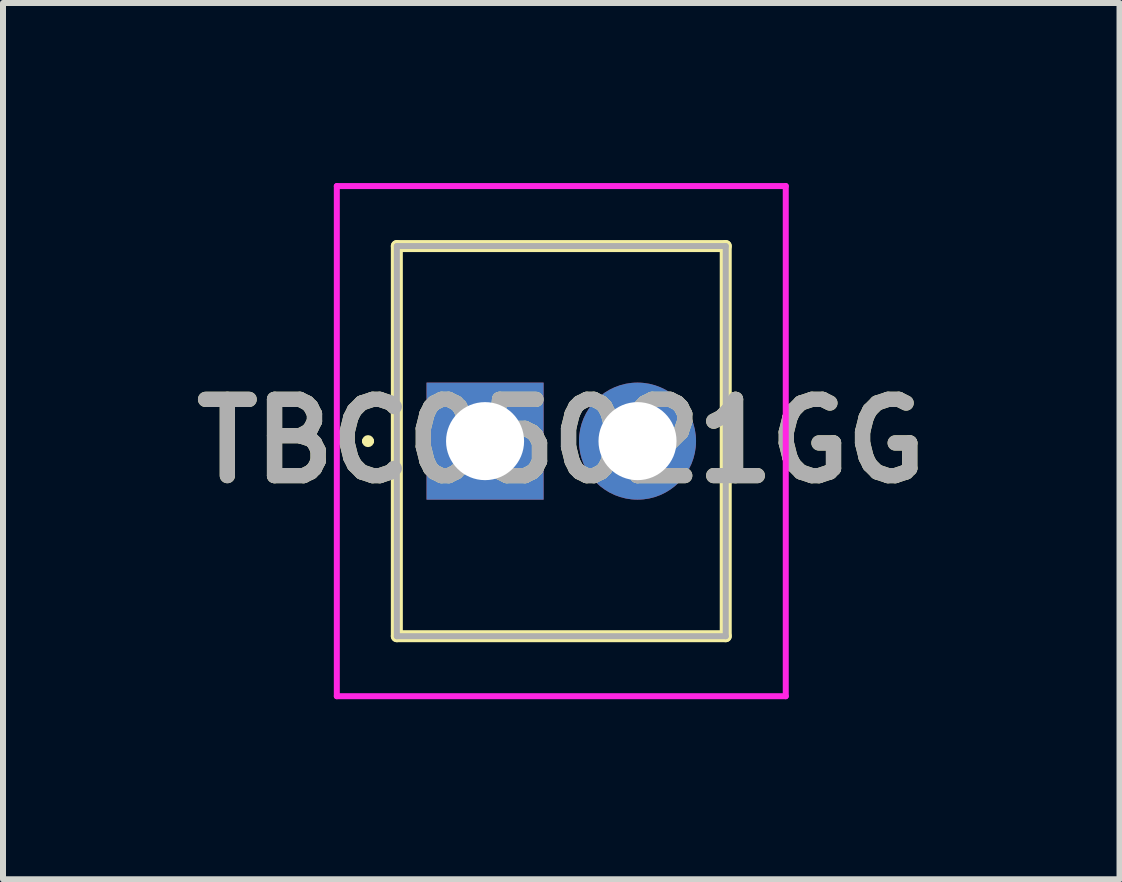
<source format=kicad_pcb>
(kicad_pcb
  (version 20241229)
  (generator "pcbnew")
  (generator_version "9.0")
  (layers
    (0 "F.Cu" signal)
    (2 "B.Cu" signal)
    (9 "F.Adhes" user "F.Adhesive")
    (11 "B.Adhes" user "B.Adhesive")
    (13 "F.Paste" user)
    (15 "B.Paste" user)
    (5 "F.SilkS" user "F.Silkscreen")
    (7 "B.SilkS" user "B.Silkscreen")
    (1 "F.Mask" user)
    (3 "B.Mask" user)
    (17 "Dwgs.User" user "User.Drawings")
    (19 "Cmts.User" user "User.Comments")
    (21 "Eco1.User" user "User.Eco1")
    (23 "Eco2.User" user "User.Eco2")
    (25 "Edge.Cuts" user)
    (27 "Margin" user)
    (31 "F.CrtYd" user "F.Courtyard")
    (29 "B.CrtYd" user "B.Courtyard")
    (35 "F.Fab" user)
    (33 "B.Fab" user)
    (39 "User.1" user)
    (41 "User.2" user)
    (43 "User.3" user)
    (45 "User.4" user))
  (footprint "TBC05021GG"
    (layer "F.Cu")
    (at 5.032 4.3)
    (property "Reference" "TBC05021GG" (at 1.27 0 0) (layer "F.SilkS") (effects (font (size 1.27 1.27) (thickness 0.254))))
    (attr through_hole)
    (fp_line (start -2 0) (end -2 0) (stroke (width 0.1) (type solid)) (layer "F.SilkS"))
    (fp_line (start -1.9 0) (end -1.9 0) (stroke (width 0.1) (type solid)) (layer "F.SilkS"))
    (fp_line (start -1.47 -3.25) (end 4.01 -3.25) (stroke (width 0.2) (type solid)) (layer "F.SilkS"))
    (fp_line (start -1.47 3.25) (end -1.47 -3.25) (stroke (width 0.2) (type solid)) (layer "F.SilkS"))
    (fp_line (start 4.01 -3.25) (end 4.01 3.25) (stroke (width 0.2) (type solid)) (layer "F.SilkS"))
    (fp_line (start 4.01 3.25) (end -1.47 3.25) (stroke (width 0.2) (type solid)) (layer "F.SilkS"))
    (fp_arc (start -2 0) (mid -1.95 -0.05) (end -1.9 0) (stroke (width 0.1) (type solid)) (layer "F.SilkS"))
    (fp_arc (start -1.9 0) (mid -1.95 0.05) (end -2 0) (stroke (width 0.1) (type solid)) (layer "F.SilkS"))
    (fp_line (start -2.47 -4.25) (end 5.01 -4.25) (stroke (width 0.1) (type solid)) (layer "F.CrtYd"))
    (fp_line (start -2.47 4.25) (end -2.47 -4.25) (stroke (width 0.1) (type solid)) (layer "F.CrtYd"))
    (fp_line (start 5.01 -4.25) (end 5.01 4.25) (stroke (width 0.1) (type solid)) (layer "F.CrtYd"))
    (fp_line (start 5.01 4.25) (end -2.47 4.25) (stroke (width 0.1) (type solid)) (layer "F.CrtYd"))
    (fp_line (start -1.47 -3.25) (end 4.01 -3.25) (stroke (width 0.1) (type solid)) (layer "F.Fab"))
    (fp_line (start -1.47 3.25) (end -1.47 -3.25) (stroke (width 0.1) (type solid)) (layer "F.Fab"))
    (fp_line (start 4.01 -3.25) (end 4.01 3.25) (stroke (width 0.1) (type solid)) (layer "F.Fab"))
    (fp_line (start 4.01 3.25) (end -1.47 3.25) (stroke (width 0.1) (type solid)) (layer "F.Fab"))
    (fp_text user "${REFERENCE}" (at 1.27 0 0) (layer "F.Fab") (effects (font (size 1.27 1.27) (thickness 0.254))))
    (pad "1" thru_hole rect (at 0 0) (size 1.95 1.95) (drill 1.3) (layers "*.Cu" "*.Mask"))
    (pad "2" thru_hole circle (at 2.54 0) (size 1.95 1.95) (drill 1.3) (layers "*.Cu" "*.Mask")))
  (gr_rect
    (start -3 -3)
    (end 15.603 11.6)
    (stroke (width 0.1) (type default))
    (fill no)
    (layer "Edge.Cuts")))
</source>
